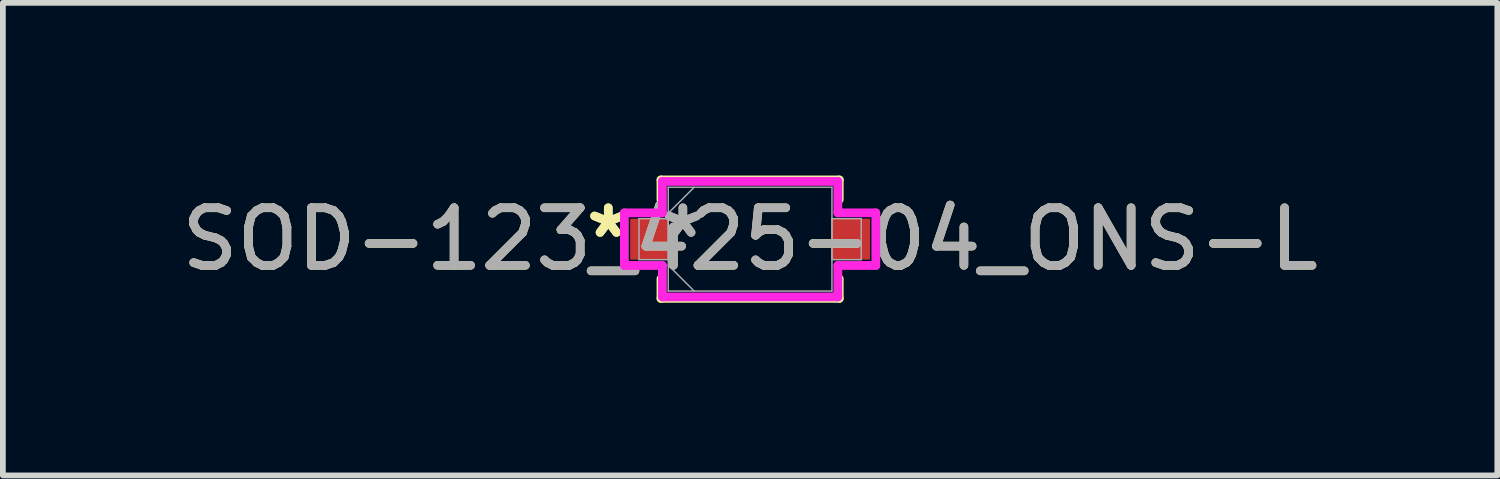
<source format=kicad_pcb>
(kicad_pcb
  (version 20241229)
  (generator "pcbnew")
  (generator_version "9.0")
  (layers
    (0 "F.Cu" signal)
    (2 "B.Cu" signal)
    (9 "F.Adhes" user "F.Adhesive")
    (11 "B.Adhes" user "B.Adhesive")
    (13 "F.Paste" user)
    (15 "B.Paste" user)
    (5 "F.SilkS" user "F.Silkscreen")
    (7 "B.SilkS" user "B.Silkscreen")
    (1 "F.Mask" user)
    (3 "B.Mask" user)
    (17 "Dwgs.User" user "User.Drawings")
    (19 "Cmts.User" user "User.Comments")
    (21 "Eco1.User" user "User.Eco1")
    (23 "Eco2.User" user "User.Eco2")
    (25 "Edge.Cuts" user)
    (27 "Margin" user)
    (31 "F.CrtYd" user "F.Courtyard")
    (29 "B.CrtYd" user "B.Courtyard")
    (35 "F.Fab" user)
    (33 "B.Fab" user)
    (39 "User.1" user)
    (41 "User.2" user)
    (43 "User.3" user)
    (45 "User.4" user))
  (footprint "SOD-123_425-04_ONS-L"
    (layer "F.Cu")
    (at 9.982 1.105)
    (property "Reference" "SOD-123_425-04_ONS-L" (at 0 0 0) (unlocked yes) (layer "F.SilkS") (effects (font (size 1 1) (thickness 0.15))))
    (attr smd)
    (fp_line (start -1.549 -1.029) (end -1.549 -0.688) (stroke (width 0.152) (type solid)) (layer "F.SilkS"))
    (fp_line (start -1.549 0.688) (end -1.549 1.029) (stroke (width 0.152) (type solid)) (layer "F.SilkS"))
    (fp_line (start -1.549 1.029) (end 1.549 1.029) (stroke (width 0.152) (type solid)) (layer "F.SilkS"))
    (fp_line (start 1.549 -1.029) (end -1.549 -1.029) (stroke (width 0.152) (type solid)) (layer "F.SilkS"))
    (fp_line (start 1.549 -0.688) (end 1.549 -1.029) (stroke (width 0.152) (type solid)) (layer "F.SilkS"))
    (fp_line (start 1.549 1.029) (end 1.549 0.688) (stroke (width 0.152) (type solid)) (layer "F.SilkS"))
    (fp_line (start -2.184 -0.457) (end -1.524 -0.457) (stroke (width 0.152) (type solid)) (layer "F.CrtYd"))
    (fp_line (start -2.184 0.457) (end -2.184 -0.457) (stroke (width 0.152) (type solid)) (layer "F.CrtYd"))
    (fp_line (start -1.524 -1.003) (end 1.524 -1.003) (stroke (width 0.152) (type solid)) (layer "F.CrtYd"))
    (fp_line (start -1.524 -0.457) (end -1.524 -1.003) (stroke (width 0.152) (type solid)) (layer "F.CrtYd"))
    (fp_line (start -1.524 0.457) (end -2.184 0.457) (stroke (width 0.152) (type solid)) (layer "F.CrtYd"))
    (fp_line (start -1.524 1.003) (end -1.524 0.457) (stroke (width 0.152) (type solid)) (layer "F.CrtYd"))
    (fp_line (start 1.524 -1.003) (end 1.524 -0.457) (stroke (width 0.152) (type solid)) (layer "F.CrtYd"))
    (fp_line (start 1.524 -0.457) (end 2.184 -0.457) (stroke (width 0.152) (type solid)) (layer "F.CrtYd"))
    (fp_line (start 1.524 0.457) (end 1.524 1.003) (stroke (width 0.152) (type solid)) (layer "F.CrtYd"))
    (fp_line (start 1.524 1.003) (end -1.524 1.003) (stroke (width 0.152) (type solid)) (layer "F.CrtYd"))
    (fp_line (start 2.184 -0.457) (end 2.184 0.457) (stroke (width 0.152) (type solid)) (layer "F.CrtYd"))
    (fp_line (start 2.184 0.457) (end 1.524 0.457) (stroke (width 0.152) (type solid)) (layer "F.CrtYd"))
    (fp_line (start -1.93 -0.356) (end -1.93 0.356) (stroke (width 0.025) (type solid)) (layer "F.Fab"))
    (fp_line (start -1.93 0.356) (end -1.422 0.356) (stroke (width 0.025) (type solid)) (layer "F.Fab"))
    (fp_line (start -1.422 -0.902) (end -1.422 0.902) (stroke (width 0.025) (type solid)) (layer "F.Fab"))
    (fp_line (start -1.422 -0.451) (end -0.972 -0.902) (stroke (width 0.025) (type solid)) (layer "F.Fab"))
    (fp_line (start -1.422 -0.356) (end -1.93 -0.356) (stroke (width 0.025) (type solid)) (layer "F.Fab"))
    (fp_line (start -1.422 0.356) (end -1.422 -0.356) (stroke (width 0.025) (type solid)) (layer "F.Fab"))
    (fp_line (start -1.422 0.451) (end -0.972 0.902) (stroke (width 0.025) (type solid)) (layer "F.Fab"))
    (fp_line (start -1.422 0.902) (end 1.422 0.902) (stroke (width 0.025) (type solid)) (layer "F.Fab"))
    (fp_line (start 1.422 -0.902) (end -1.422 -0.902) (stroke (width 0.025) (type solid)) (layer "F.Fab"))
    (fp_line (start 1.422 -0.356) (end 1.422 0.356) (stroke (width 0.025) (type solid)) (layer "F.Fab"))
    (fp_line (start 1.422 0.356) (end 1.93 0.356) (stroke (width 0.025) (type solid)) (layer "F.Fab"))
    (fp_line (start 1.422 0.902) (end 1.422 -0.902) (stroke (width 0.025) (type solid)) (layer "F.Fab"))
    (fp_line (start 1.93 -0.356) (end 1.422 -0.356) (stroke (width 0.025) (type solid)) (layer "F.Fab"))
    (fp_line (start 1.93 0.356) (end 1.93 -0.356) (stroke (width 0.025) (type solid)) (layer "F.Fab"))
    (fp_text user "*" (at -2.464 0 0) (unlocked yes) (layer "F.SilkS") (effects (font (size 1 1) (thickness 0.15))))
    (fp_text user "*" (at -2.464 0 0) (layer "F.SilkS") (effects (font (size 1 1) (thickness 0.15))))
    (fp_text user "*" (at -1.168 0 0) (unlocked yes) (layer "F.Fab") (effects (font (size 1 1) (thickness 0.15))))
    (fp_text user "${REFERENCE}" (at 0 0 0) (unlocked yes) (layer "F.Fab") (effects (font (size 1 1) (thickness 0.15))))
    (fp_text user "*" (at -1.168 0 0) (layer "F.Fab") (effects (font (size 1 1) (thickness 0.15))))
    (pad "1" smd rect (at -1.753 0) (size 0.66 0.711) (layers "F.Cu" "F.Mask" "F.Paste"))
    (pad "2" smd rect (at 1.753 0) (size 0.66 0.711) (layers "F.Cu" "F.Mask" "F.Paste")))
  (gr_rect
    (start -3 -3)
    (end 22.964 5.21)
    (stroke (width 0.1) (type default))
    (fill no)
    (layer "Edge.Cuts")))
</source>
